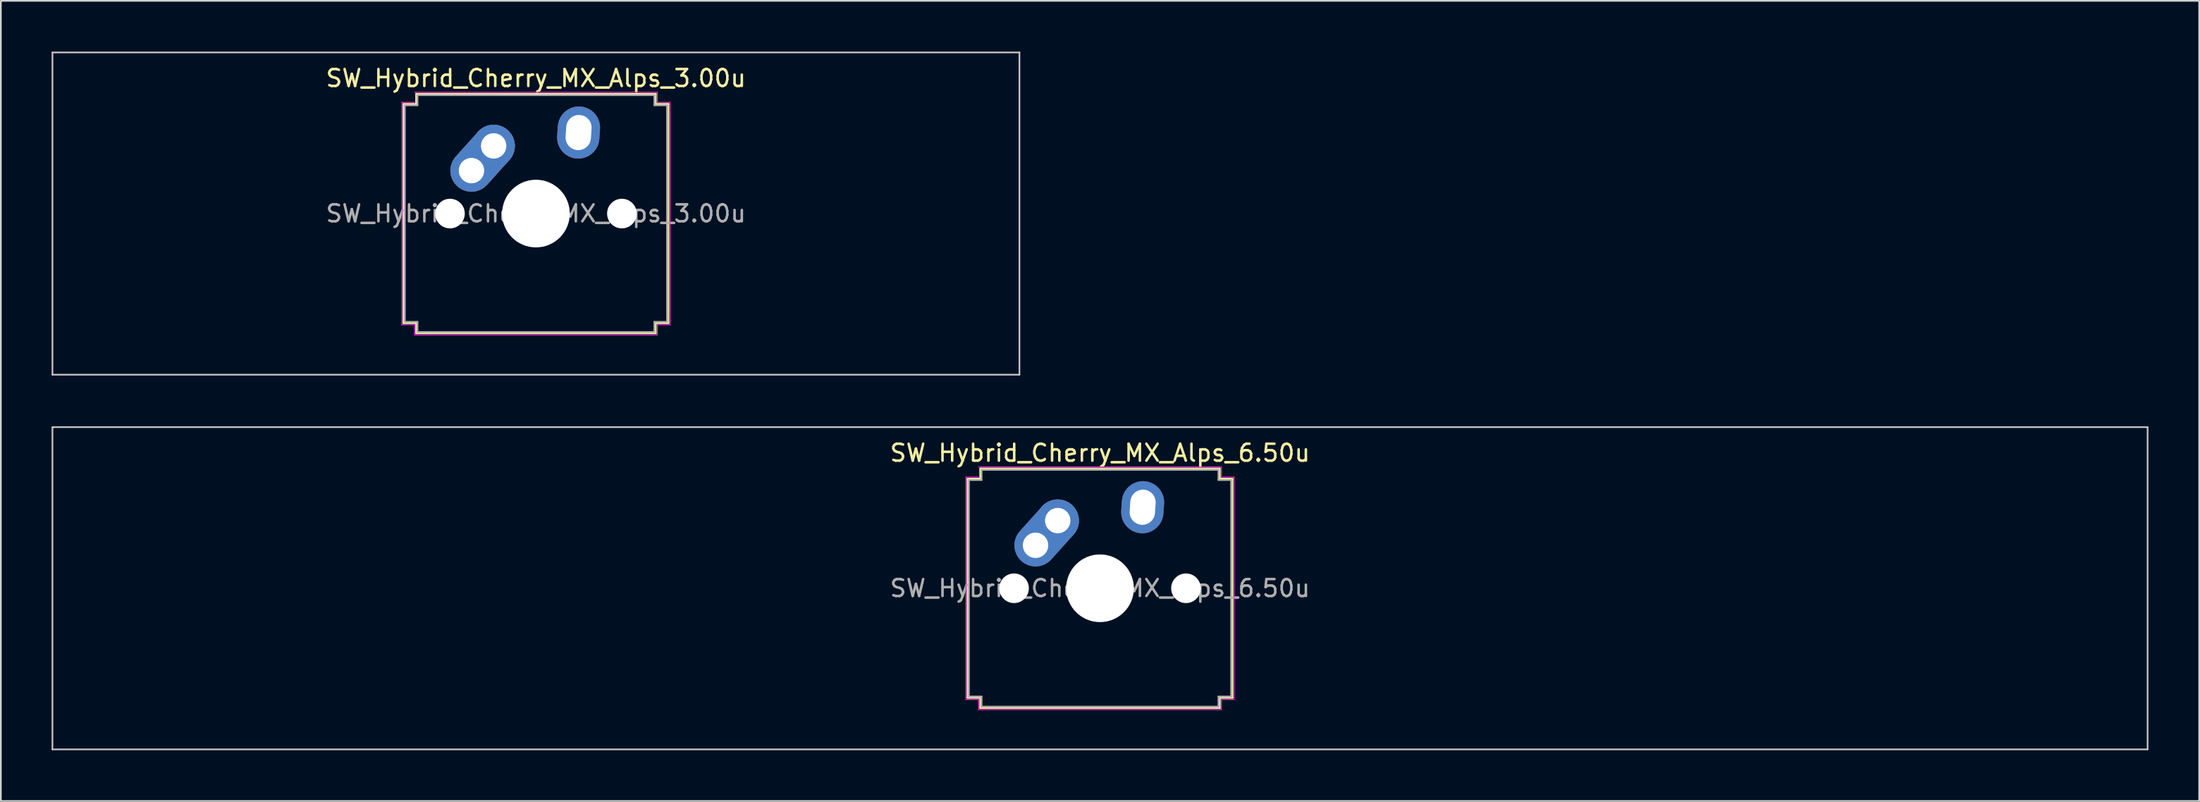
<source format=kicad_pcb>
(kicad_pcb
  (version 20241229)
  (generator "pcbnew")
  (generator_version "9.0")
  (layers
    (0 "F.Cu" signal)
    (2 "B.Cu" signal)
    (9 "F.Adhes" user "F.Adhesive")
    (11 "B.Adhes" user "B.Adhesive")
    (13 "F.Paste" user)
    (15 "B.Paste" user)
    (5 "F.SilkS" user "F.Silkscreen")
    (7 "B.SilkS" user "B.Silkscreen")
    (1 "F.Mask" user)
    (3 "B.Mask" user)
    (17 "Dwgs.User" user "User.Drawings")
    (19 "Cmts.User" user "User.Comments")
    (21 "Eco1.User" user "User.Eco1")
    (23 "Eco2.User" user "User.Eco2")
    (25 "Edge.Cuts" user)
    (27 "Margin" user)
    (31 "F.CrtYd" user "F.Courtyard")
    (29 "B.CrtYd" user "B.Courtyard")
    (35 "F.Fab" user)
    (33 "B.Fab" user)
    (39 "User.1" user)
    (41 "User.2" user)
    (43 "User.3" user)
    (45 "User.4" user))
  (footprint "SW_Hybrid_Cherry_MX_Alps_6.50u"
    (layer "F.Cu")
    (at 61.962 31.725)
    (property "Reference" "SW_Hybrid_Cherry_MX_Alps_6.50u" (at 0 -8 0) (layer "F.SilkS") (effects (font (size 1 1) (thickness 0.15))))
    (attr through_hole)
    (fp_line (start -7.821 -6.471) (end -7.071 -6.471) (stroke (width 0.12) (type solid)) (layer "F.SilkS"))
    (fp_line (start -7.821 6.471) (end -7.821 -6.471) (stroke (width 0.12) (type solid)) (layer "F.SilkS"))
    (fp_line (start -7.071 -7.071) (end 7.071 -7.071) (stroke (width 0.12) (type solid)) (layer "F.SilkS"))
    (fp_line (start -7.071 -6.471) (end -7.071 -7.071) (stroke (width 0.12) (type solid)) (layer "F.SilkS"))
    (fp_line (start -7.071 6.471) (end -7.821 6.471) (stroke (width 0.12) (type solid)) (layer "F.SilkS"))
    (fp_line (start -7.071 7.071) (end -7.071 6.471) (stroke (width 0.12) (type solid)) (layer "F.SilkS"))
    (fp_line (start 7.071 -7.071) (end 7.071 -6.471) (stroke (width 0.12) (type solid)) (layer "F.SilkS"))
    (fp_line (start 7.071 -6.471) (end 7.821 -6.471) (stroke (width 0.12) (type solid)) (layer "F.SilkS"))
    (fp_line (start 7.071 6.471) (end 7.071 7.071) (stroke (width 0.12) (type solid)) (layer "F.SilkS"))
    (fp_line (start 7.071 7.071) (end -7.071 7.071) (stroke (width 0.12) (type solid)) (layer "F.SilkS"))
    (fp_line (start 7.821 -6.471) (end 7.821 6.471) (stroke (width 0.12) (type solid)) (layer "F.SilkS"))
    (fp_line (start 7.821 6.471) (end 7.071 6.471) (stroke (width 0.12) (type solid)) (layer "F.SilkS"))
    (fp_line (start -61.913 -9.525) (end -61.913 9.525) (stroke (width 0.1) (type solid)) (layer "Dwgs.User"))
    (fp_line (start -61.913 9.525) (end 61.913 9.525) (stroke (width 0.1) (type solid)) (layer "Dwgs.User"))
    (fp_line (start 61.913 -9.525) (end -61.913 -9.525) (stroke (width 0.1) (type solid)) (layer "Dwgs.User"))
    (fp_line (start 61.913 9.525) (end 61.913 -9.525) (stroke (width 0.1) (type solid)) (layer "Dwgs.User"))
    (fp_line (start -7.927 -6.577) (end -7.177 -6.577) (stroke (width 0.05) (type solid)) (layer "F.CrtYd"))
    (fp_line (start -7.927 6.577) (end -7.927 -6.577) (stroke (width 0.05) (type solid)) (layer "F.CrtYd"))
    (fp_line (start -7.177 -7.177) (end 7.177 -7.177) (stroke (width 0.05) (type solid)) (layer "F.CrtYd"))
    (fp_line (start -7.177 6.577) (end -7.927 6.577) (stroke (width 0.05) (type solid)) (layer "F.CrtYd"))
    (fp_line (start -7.177 7.177) (end -7.177 6.577) (stroke (width 0.05) (type solid)) (layer "F.CrtYd"))
    (fp_line (start 7.177 -7.177) (end 7.177 -6.577) (stroke (width 0.05) (type solid)) (layer "F.CrtYd"))
    (fp_line (start 7.177 -6.577) (end 7.927 -6.577) (stroke (width 0.05) (type solid)) (layer "F.CrtYd"))
    (fp_line (start 7.177 6.577) (end 7.177 7.177) (stroke (width 0.05) (type solid)) (layer "F.CrtYd"))
    (fp_line (start 7.177 7.177) (end -7.177 7.177) (stroke (width 0.05) (type solid)) (layer "F.CrtYd"))
    (fp_line (start 7.927 -6.577) (end 7.927 6.577) (stroke (width 0.05) (type solid)) (layer "F.CrtYd"))
    (fp_line (start 7.927 6.577) (end 7.177 6.577) (stroke (width 0.05) (type solid)) (layer "F.CrtYd"))
    (fp_line (start -7.75 -6.4) (end -7 -6.4) (stroke (width 0.1) (type solid)) (layer "F.Fab"))
    (fp_line (start -7.75 6.4) (end -7.75 -6.4) (stroke (width 0.1) (type solid)) (layer "F.Fab"))
    (fp_line (start -7 -7) (end 7 -7) (stroke (width 0.1) (type solid)) (layer "F.Fab"))
    (fp_line (start -7 -6.4) (end -7 -7) (stroke (width 0.1) (type solid)) (layer "F.Fab"))
    (fp_line (start -7 6.4) (end -7.75 6.4) (stroke (width 0.1) (type solid)) (layer "F.Fab"))
    (fp_line (start -7 7) (end -7 6.4) (stroke (width 0.1) (type solid)) (layer "F.Fab"))
    (fp_line (start 7 -7) (end 7 -6.4) (stroke (width 0.1) (type solid)) (layer "F.Fab"))
    (fp_line (start 7 -6.4) (end 7.75 -6.4) (stroke (width 0.1) (type solid)) (layer "F.Fab"))
    (fp_line (start 7 6.4) (end 7 7) (stroke (width 0.1) (type solid)) (layer "F.Fab"))
    (fp_line (start 7 7) (end -7 7) (stroke (width 0.1) (type solid)) (layer "F.Fab"))
    (fp_line (start 7.75 -6.4) (end 7.75 6.4) (stroke (width 0.1) (type solid)) (layer "F.Fab"))
    (fp_line (start 7.75 6.4) (end 7 6.4) (stroke (width 0.1) (type solid)) (layer "F.Fab"))
    (fp_text user "${REFERENCE}" (at 0 0 0) (layer "F.Fab") (effects (font (size 1 1) (thickness 0.15))))
    (pad "" np_thru_hole circle (at -5.08 0) (size 1.75 1.75) (drill 1.75) (layers "*.Cu" "*.Mask"))
    (pad "" np_thru_hole circle (at 0 0) (size 4 4) (drill 4) (layers "*.Cu" "*.Mask"))
    (pad "" np_thru_hole circle (at 5.08 0) (size 1.75 1.75) (drill 1.75) (layers "*.Cu" "*.Mask"))
    (pad "1" thru_hole oval (at -3.81 -2.54 48) (size 4.462 2.5) (drill 1.5 (offset 0.981 0)) (layers "*.Cu" "*.Mask"))
    (pad "1" thru_hole circle (at -2.5 -4) (size 2.5 2.5) (drill 1.5) (layers "*.Cu" "*.Mask"))
    (pad "2" thru_hole oval (at 2.52 -4.79 86) (size 3.081 2.5) (drill oval 2.081 1.5) (layers "*.Cu" "*.Mask")))
  (footprint "SW_Hybrid_Cherry_MX_Alps_3.00u"
    (layer "F.Cu")
    (at 28.625 9.575)
    (property "Reference" "SW_Hybrid_Cherry_MX_Alps_3.00u" (at 0 -8 0) (layer "F.SilkS") (effects (font (size 1 1) (thickness 0.15))))
    (attr through_hole)
    (fp_line (start -7.821 -6.471) (end -7.071 -6.471) (stroke (width 0.12) (type solid)) (layer "F.SilkS"))
    (fp_line (start -7.821 6.471) (end -7.821 -6.471) (stroke (width 0.12) (type solid)) (layer "F.SilkS"))
    (fp_line (start -7.071 -7.071) (end 7.071 -7.071) (stroke (width 0.12) (type solid)) (layer "F.SilkS"))
    (fp_line (start -7.071 -6.471) (end -7.071 -7.071) (stroke (width 0.12) (type solid)) (layer "F.SilkS"))
    (fp_line (start -7.071 6.471) (end -7.821 6.471) (stroke (width 0.12) (type solid)) (layer "F.SilkS"))
    (fp_line (start -7.071 7.071) (end -7.071 6.471) (stroke (width 0.12) (type solid)) (layer "F.SilkS"))
    (fp_line (start 7.071 -7.071) (end 7.071 -6.471) (stroke (width 0.12) (type solid)) (layer "F.SilkS"))
    (fp_line (start 7.071 -6.471) (end 7.821 -6.471) (stroke (width 0.12) (type solid)) (layer "F.SilkS"))
    (fp_line (start 7.071 6.471) (end 7.071 7.071) (stroke (width 0.12) (type solid)) (layer "F.SilkS"))
    (fp_line (start 7.071 7.071) (end -7.071 7.071) (stroke (width 0.12) (type solid)) (layer "F.SilkS"))
    (fp_line (start 7.821 -6.471) (end 7.821 6.471) (stroke (width 0.12) (type solid)) (layer "F.SilkS"))
    (fp_line (start 7.821 6.471) (end 7.071 6.471) (stroke (width 0.12) (type solid)) (layer "F.SilkS"))
    (fp_line (start -28.575 -9.525) (end -28.575 9.525) (stroke (width 0.1) (type solid)) (layer "Dwgs.User"))
    (fp_line (start -28.575 9.525) (end 28.575 9.525) (stroke (width 0.1) (type solid)) (layer "Dwgs.User"))
    (fp_line (start 28.575 -9.525) (end -28.575 -9.525) (stroke (width 0.1) (type solid)) (layer "Dwgs.User"))
    (fp_line (start 28.575 9.525) (end 28.575 -9.525) (stroke (width 0.1) (type solid)) (layer "Dwgs.User"))
    (fp_line (start -7.927 -6.577) (end -7.177 -6.577) (stroke (width 0.05) (type solid)) (layer "F.CrtYd"))
    (fp_line (start -7.927 6.577) (end -7.927 -6.577) (stroke (width 0.05) (type solid)) (layer "F.CrtYd"))
    (fp_line (start -7.177 -7.177) (end 7.177 -7.177) (stroke (width 0.05) (type solid)) (layer "F.CrtYd"))
    (fp_line (start -7.177 6.577) (end -7.927 6.577) (stroke (width 0.05) (type solid)) (layer "F.CrtYd"))
    (fp_line (start -7.177 7.177) (end -7.177 6.577) (stroke (width 0.05) (type solid)) (layer "F.CrtYd"))
    (fp_line (start 7.177 -7.177) (end 7.177 -6.577) (stroke (width 0.05) (type solid)) (layer "F.CrtYd"))
    (fp_line (start 7.177 -6.577) (end 7.927 -6.577) (stroke (width 0.05) (type solid)) (layer "F.CrtYd"))
    (fp_line (start 7.177 6.577) (end 7.177 7.177) (stroke (width 0.05) (type solid)) (layer "F.CrtYd"))
    (fp_line (start 7.177 7.177) (end -7.177 7.177) (stroke (width 0.05) (type solid)) (layer "F.CrtYd"))
    (fp_line (start 7.927 -6.577) (end 7.927 6.577) (stroke (width 0.05) (type solid)) (layer "F.CrtYd"))
    (fp_line (start 7.927 6.577) (end 7.177 6.577) (stroke (width 0.05) (type solid)) (layer "F.CrtYd"))
    (fp_line (start -7.75 -6.4) (end -7 -6.4) (stroke (width 0.1) (type solid)) (layer "F.Fab"))
    (fp_line (start -7.75 6.4) (end -7.75 -6.4) (stroke (width 0.1) (type solid)) (layer "F.Fab"))
    (fp_line (start -7 -7) (end 7 -7) (stroke (width 0.1) (type solid)) (layer "F.Fab"))
    (fp_line (start -7 -6.4) (end -7 -7) (stroke (width 0.1) (type solid)) (layer "F.Fab"))
    (fp_line (start -7 6.4) (end -7.75 6.4) (stroke (width 0.1) (type solid)) (layer "F.Fab"))
    (fp_line (start -7 7) (end -7 6.4) (stroke (width 0.1) (type solid)) (layer "F.Fab"))
    (fp_line (start 7 -7) (end 7 -6.4) (stroke (width 0.1) (type solid)) (layer "F.Fab"))
    (fp_line (start 7 -6.4) (end 7.75 -6.4) (stroke (width 0.1) (type solid)) (layer "F.Fab"))
    (fp_line (start 7 6.4) (end 7 7) (stroke (width 0.1) (type solid)) (layer "F.Fab"))
    (fp_line (start 7 7) (end -7 7) (stroke (width 0.1) (type solid)) (layer "F.Fab"))
    (fp_line (start 7.75 -6.4) (end 7.75 6.4) (stroke (width 0.1) (type solid)) (layer "F.Fab"))
    (fp_line (start 7.75 6.4) (end 7 6.4) (stroke (width 0.1) (type solid)) (layer "F.Fab"))
    (fp_text user "${REFERENCE}" (at 0 0 0) (layer "F.Fab") (effects (font (size 1 1) (thickness 0.15))))
    (pad "" np_thru_hole circle (at -5.08 0) (size 1.75 1.75) (drill 1.75) (layers "*.Cu" "*.Mask"))
    (pad "" np_thru_hole circle (at 0 0) (size 4 4) (drill 4) (layers "*.Cu" "*.Mask"))
    (pad "" np_thru_hole circle (at 5.08 0) (size 1.75 1.75) (drill 1.75) (layers "*.Cu" "*.Mask"))
    (pad "1" thru_hole oval (at -3.81 -2.54 48) (size 4.462 2.5) (drill 1.5 (offset 0.981 0)) (layers "*.Cu" "*.Mask"))
    (pad "1" thru_hole circle (at -2.5 -4) (size 2.5 2.5) (drill 1.5) (layers "*.Cu" "*.Mask"))
    (pad "2" thru_hole oval (at 2.52 -4.79 86) (size 3.081 2.5) (drill oval 2.081 1.5) (layers "*.Cu" "*.Mask")))
  (gr_rect
    (start -3 -3)
    (end 126.925 44.3)
    (stroke (width 0.1) (type default))
    (fill no)
    (layer "Edge.Cuts")))
</source>
